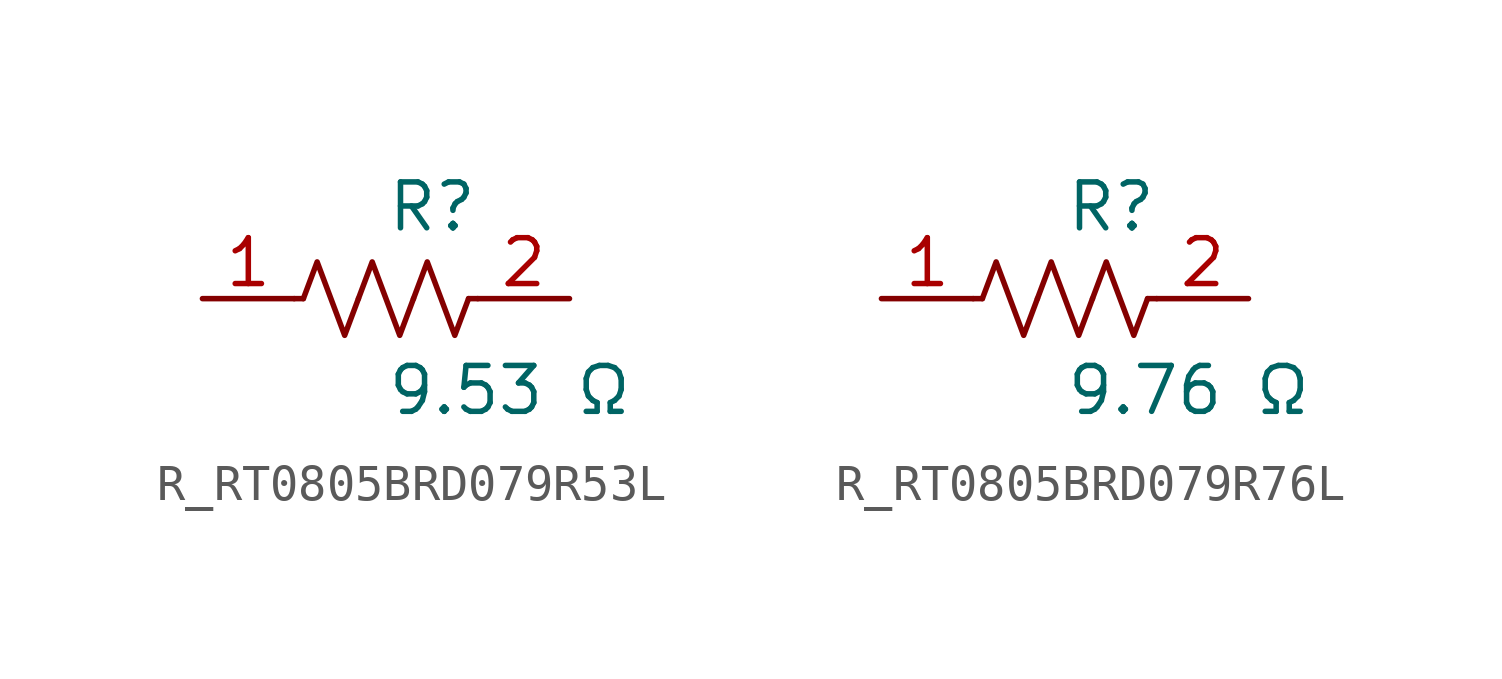
<source format=kicad_sym>
(kicad_symbol_lib
  (version 20231120)
  (generator kicad_symbol_editor)
  (generator_version 8.0)
  (symbol "R_RT0805BRD079R53L"
    (pin_names
      (offset 0.254))
    (property "Reference" "R"
      (at 0.0 2.54 0)
      (effects (font (size 1.27 1.27)) (justify left)))
    (property "Value" "9.53 Ω"
      (at 0.0 -2.54 0)
      (effects (font (size 1.27 1.27)) (justify left)))
    (symbol "R_RT0805BRD079R53L_0_1"
      (polyline (pts (xy 2.286 0) (xy 2.54 0)) (stroke (width 0) (type default)) (fill (type none)))
      (polyline (pts (xy -2.286 0) (xy -2.54 0)) (stroke (width 0) (type default)) (fill (type none)))
      (polyline (pts (xy 0.762 0) (xy 1.143 1.016) (xy 1.524 0) (xy 1.905 -1.016) (xy 2.286 0)) (stroke (width 0) (type default)) (fill (type none)))
      (polyline (pts (xy -0.762 0) (xy -0.381 1.016) (xy 0 0) (xy 0.381 -1.016) (xy 0.762 0)) (stroke (width 0) (type default)) (fill (type none)))
      (polyline (pts (xy -2.286 0) (xy -1.905 1.016) (xy -1.524 0) (xy -1.143 -1.016) (xy -0.762 0)) (stroke (width 0) (type default)) (fill (type none))))
    (pin unspecified line
      (at -5.08 0 0)
      (length 2.54)
      (name "" (effects (font (size 1.27 1.27))))
      (number "1" (effects (font (size 1.27 1.27)))))
    (pin unspecified line
      (at 5.08 0 180)
      (length 2.54)
      (name "" (effects (font (size 1.27 1.27))))
      (number "2" (effects (font (size 1.27 1.27))))))
  (symbol "R_RT0805BRD079R76L"
    (pin_names
      (offset 0.254))
    (property "Reference" "R"
      (at 0.0 2.54 0)
      (effects (font (size 1.27 1.27)) (justify left)))
    (property "Value" "9.76 Ω"
      (at 0.0 -2.54 0)
      (effects (font (size 1.27 1.27)) (justify left)))
    (symbol "R_RT0805BRD079R76L_0_1"
      (polyline (pts (xy 2.286 0) (xy 2.54 0)) (stroke (width 0) (type default)) (fill (type none)))
      (polyline (pts (xy -2.286 0) (xy -2.54 0)) (stroke (width 0) (type default)) (fill (type none)))
      (polyline (pts (xy 0.762 0) (xy 1.143 1.016) (xy 1.524 0) (xy 1.905 -1.016) (xy 2.286 0)) (stroke (width 0) (type default)) (fill (type none)))
      (polyline (pts (xy -0.762 0) (xy -0.381 1.016) (xy 0 0) (xy 0.381 -1.016) (xy 0.762 0)) (stroke (width 0) (type default)) (fill (type none)))
      (polyline (pts (xy -2.286 0) (xy -1.905 1.016) (xy -1.524 0) (xy -1.143 -1.016) (xy -0.762 0)) (stroke (width 0) (type default)) (fill (type none))))
    (pin unspecified line
      (at -5.08 0 0)
      (length 2.54)
      (name "" (effects (font (size 1.27 1.27))))
      (number "1" (effects (font (size 1.27 1.27)))))
    (pin unspecified line
      (at 5.08 0 180)
      (length 2.54)
      (name "" (effects (font (size 1.27 1.27))))
      (number "2" (effects (font (size 1.27 1.27)))))))
</source>
